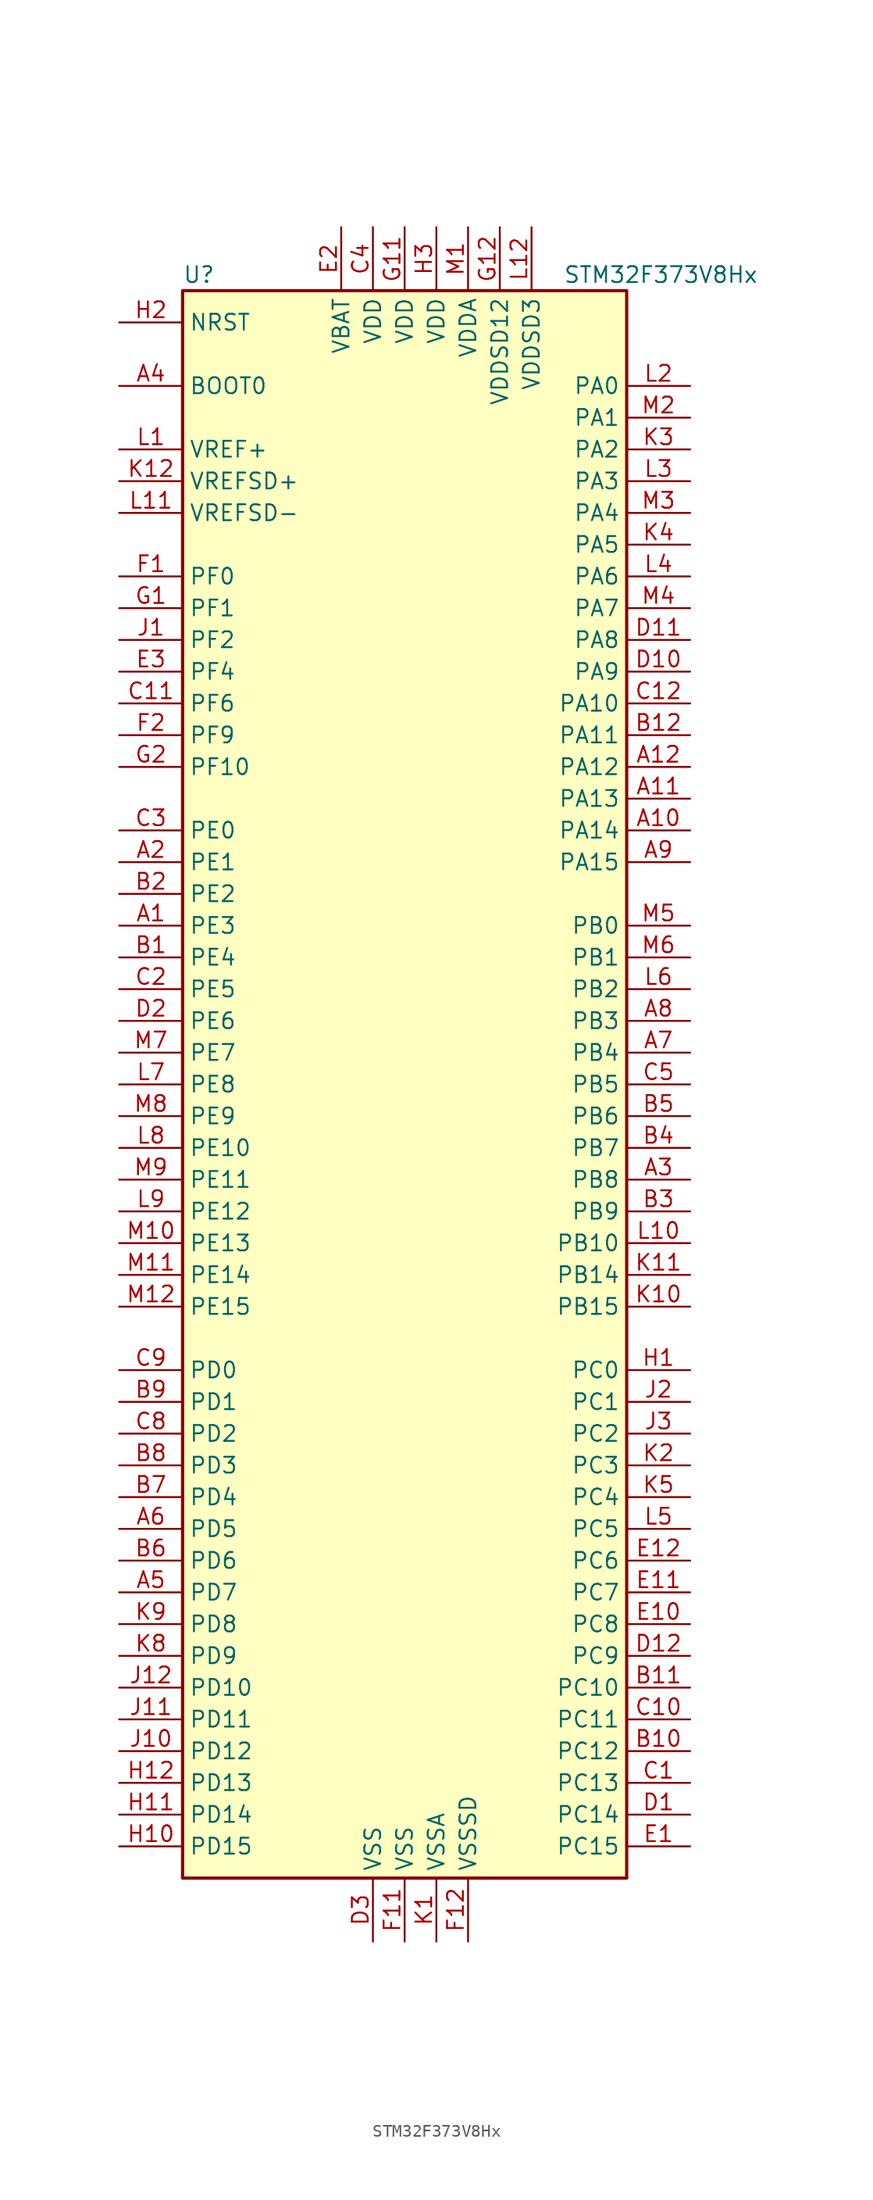
<source format=kicad_sym>
(kicad_symbol_lib
  (version 20201005)
  (generator kicad_symbol_editor)
  (symbol "MCU_ST_STM32F3:STM32F373V8Hx"
    (property "Reference" "U"
      (at -17.78 64.77 0)
      (effects (font (size 1.27 1.27)) (justify left)))
    (property "Value" "STM32F373V8Hx"
      (at 12.7 64.77 0)
      (effects (font (size 1.27 1.27)) (justify left)))
    (symbol "STM32F373V8Hx_0_1"
      (rectangle (start -17.78 -63.5) (end 17.78 63.5) (stroke (width 0.254)) (fill (type background))))
    (symbol "STM32F373V8Hx_1_1"
      (pin input line (at -22.86 55.88 0) (length 5.08) (name "BOOT0" (effects (font (size 1.27 1.27)))) (number "A4" (effects (font (size 1.27 1.27)))))
      (pin input line (at -22.86 60.96 0) (length 5.08) (name "NRST" (effects (font (size 1.27 1.27)))) (number "H2" (effects (font (size 1.27 1.27)))))
      (pin bidirectional line (at 22.86 55.88 180) (length 5.08) (name "PA0" (effects (font (size 1.27 1.27)))) (number "L2" (effects (font (size 1.27 1.27)))))
      (pin bidirectional line (at 22.86 53.34 180) (length 5.08) (name "PA1" (effects (font (size 1.27 1.27)))) (number "M2" (effects (font (size 1.27 1.27)))))
      (pin bidirectional line (at 22.86 30.48 180) (length 5.08) (name "PA10" (effects (font (size 1.27 1.27)))) (number "C12" (effects (font (size 1.27 1.27)))))
      (pin bidirectional line (at 22.86 27.94 180) (length 5.08) (name "PA11" (effects (font (size 1.27 1.27)))) (number "B12" (effects (font (size 1.27 1.27)))))
      (pin bidirectional line (at 22.86 25.4 180) (length 5.08) (name "PA12" (effects (font (size 1.27 1.27)))) (number "A12" (effects (font (size 1.27 1.27)))))
      (pin bidirectional line (at 22.86 22.86 180) (length 5.08) (name "PA13" (effects (font (size 1.27 1.27)))) (number "A11" (effects (font (size 1.27 1.27)))))
      (pin bidirectional line (at 22.86 20.32 180) (length 5.08) (name "PA14" (effects (font (size 1.27 1.27)))) (number "A10" (effects (font (size 1.27 1.27)))))
      (pin bidirectional line (at 22.86 17.78 180) (length 5.08) (name "PA15" (effects (font (size 1.27 1.27)))) (number "A9" (effects (font (size 1.27 1.27)))))
      (pin bidirectional line (at 22.86 50.8 180) (length 5.08) (name "PA2" (effects (font (size 1.27 1.27)))) (number "K3" (effects (font (size 1.27 1.27)))))
      (pin bidirectional line (at 22.86 48.26 180) (length 5.08) (name "PA3" (effects (font (size 1.27 1.27)))) (number "L3" (effects (font (size 1.27 1.27)))))
      (pin bidirectional line (at 22.86 45.72 180) (length 5.08) (name "PA4" (effects (font (size 1.27 1.27)))) (number "M3" (effects (font (size 1.27 1.27)))))
      (pin bidirectional line (at 22.86 43.18 180) (length 5.08) (name "PA5" (effects (font (size 1.27 1.27)))) (number "K4" (effects (font (size 1.27 1.27)))))
      (pin bidirectional line (at 22.86 40.64 180) (length 5.08) (name "PA6" (effects (font (size 1.27 1.27)))) (number "L4" (effects (font (size 1.27 1.27)))))
      (pin bidirectional line (at 22.86 38.1 180) (length 5.08) (name "PA7" (effects (font (size 1.27 1.27)))) (number "M4" (effects (font (size 1.27 1.27)))))
      (pin bidirectional line (at 22.86 35.56 180) (length 5.08) (name "PA8" (effects (font (size 1.27 1.27)))) (number "D11" (effects (font (size 1.27 1.27)))))
      (pin bidirectional line (at 22.86 33.02 180) (length 5.08) (name "PA9" (effects (font (size 1.27 1.27)))) (number "D10" (effects (font (size 1.27 1.27)))))
      (pin bidirectional line (at 22.86 12.7 180) (length 5.08) (name "PB0" (effects (font (size 1.27 1.27)))) (number "M5" (effects (font (size 1.27 1.27)))))
      (pin bidirectional line (at 22.86 10.16 180) (length 5.08) (name "PB1" (effects (font (size 1.27 1.27)))) (number "M6" (effects (font (size 1.27 1.27)))))
      (pin bidirectional line (at 22.86 -12.7 180) (length 5.08) (name "PB10" (effects (font (size 1.27 1.27)))) (number "L10" (effects (font (size 1.27 1.27)))))
      (pin bidirectional line (at 22.86 -15.24 180) (length 5.08) (name "PB14" (effects (font (size 1.27 1.27)))) (number "K11" (effects (font (size 1.27 1.27)))))
      (pin bidirectional line (at 22.86 -17.78 180) (length 5.08) (name "PB15" (effects (font (size 1.27 1.27)))) (number "K10" (effects (font (size 1.27 1.27)))))
      (pin bidirectional line (at 22.86 7.62 180) (length 5.08) (name "PB2" (effects (font (size 1.27 1.27)))) (number "L6" (effects (font (size 1.27 1.27)))))
      (pin bidirectional line (at 22.86 5.08 180) (length 5.08) (name "PB3" (effects (font (size 1.27 1.27)))) (number "A8" (effects (font (size 1.27 1.27)))))
      (pin bidirectional line (at 22.86 2.54 180) (length 5.08) (name "PB4" (effects (font (size 1.27 1.27)))) (number "A7" (effects (font (size 1.27 1.27)))))
      (pin bidirectional line (at 22.86 0 180) (length 5.08) (name "PB5" (effects (font (size 1.27 1.27)))) (number "C5" (effects (font (size 1.27 1.27)))))
      (pin bidirectional line (at 22.86 -2.54 180) (length 5.08) (name "PB6" (effects (font (size 1.27 1.27)))) (number "B5" (effects (font (size 1.27 1.27)))))
      (pin bidirectional line (at 22.86 -5.08 180) (length 5.08) (name "PB7" (effects (font (size 1.27 1.27)))) (number "B4" (effects (font (size 1.27 1.27)))))
      (pin bidirectional line (at 22.86 -7.62 180) (length 5.08) (name "PB8" (effects (font (size 1.27 1.27)))) (number "A3" (effects (font (size 1.27 1.27)))))
      (pin bidirectional line (at 22.86 -10.16 180) (length 5.08) (name "PB9" (effects (font (size 1.27 1.27)))) (number "B3" (effects (font (size 1.27 1.27)))))
      (pin bidirectional line (at 22.86 -22.86 180) (length 5.08) (name "PC0" (effects (font (size 1.27 1.27)))) (number "H1" (effects (font (size 1.27 1.27)))))
      (pin bidirectional line (at 22.86 -25.4 180) (length 5.08) (name "PC1" (effects (font (size 1.27 1.27)))) (number "J2" (effects (font (size 1.27 1.27)))))
      (pin bidirectional line (at 22.86 -48.26 180) (length 5.08) (name "PC10" (effects (font (size 1.27 1.27)))) (number "B11" (effects (font (size 1.27 1.27)))))
      (pin bidirectional line (at 22.86 -50.8 180) (length 5.08) (name "PC11" (effects (font (size 1.27 1.27)))) (number "C10" (effects (font (size 1.27 1.27)))))
      (pin bidirectional line (at 22.86 -53.34 180) (length 5.08) (name "PC12" (effects (font (size 1.27 1.27)))) (number "B10" (effects (font (size 1.27 1.27)))))
      (pin bidirectional line (at 22.86 -55.88 180) (length 5.08) (name "PC13" (effects (font (size 1.27 1.27)))) (number "C1" (effects (font (size 1.27 1.27)))))
      (pin bidirectional line (at 22.86 -58.42 180) (length 5.08) (name "PC14" (effects (font (size 1.27 1.27)))) (number "D1" (effects (font (size 1.27 1.27)))))
      (pin bidirectional line (at 22.86 -60.96 180) (length 5.08) (name "PC15" (effects (font (size 1.27 1.27)))) (number "E1" (effects (font (size 1.27 1.27)))))
      (pin bidirectional line (at 22.86 -27.94 180) (length 5.08) (name "PC2" (effects (font (size 1.27 1.27)))) (number "J3" (effects (font (size 1.27 1.27)))))
      (pin bidirectional line (at 22.86 -30.48 180) (length 5.08) (name "PC3" (effects (font (size 1.27 1.27)))) (number "K2" (effects (font (size 1.27 1.27)))))
      (pin bidirectional line (at 22.86 -33.02 180) (length 5.08) (name "PC4" (effects (font (size 1.27 1.27)))) (number "K5" (effects (font (size 1.27 1.27)))))
      (pin bidirectional line (at 22.86 -35.56 180) (length 5.08) (name "PC5" (effects (font (size 1.27 1.27)))) (number "L5" (effects (font (size 1.27 1.27)))))
      (pin bidirectional line (at 22.86 -38.1 180) (length 5.08) (name "PC6" (effects (font (size 1.27 1.27)))) (number "E12" (effects (font (size 1.27 1.27)))))
      (pin bidirectional line (at 22.86 -40.64 180) (length 5.08) (name "PC7" (effects (font (size 1.27 1.27)))) (number "E11" (effects (font (size 1.27 1.27)))))
      (pin bidirectional line (at 22.86 -43.18 180) (length 5.08) (name "PC8" (effects (font (size 1.27 1.27)))) (number "E10" (effects (font (size 1.27 1.27)))))
      (pin bidirectional line (at 22.86 -45.72 180) (length 5.08) (name "PC9" (effects (font (size 1.27 1.27)))) (number "D12" (effects (font (size 1.27 1.27)))))
      (pin bidirectional line (at -22.86 -22.86 0) (length 5.08) (name "PD0" (effects (font (size 1.27 1.27)))) (number "C9" (effects (font (size 1.27 1.27)))))
      (pin bidirectional line (at -22.86 -25.4 0) (length 5.08) (name "PD1" (effects (font (size 1.27 1.27)))) (number "B9" (effects (font (size 1.27 1.27)))))
      (pin bidirectional line (at -22.86 -48.26 0) (length 5.08) (name "PD10" (effects (font (size 1.27 1.27)))) (number "J12" (effects (font (size 1.27 1.27)))))
      (pin bidirectional line (at -22.86 -50.8 0) (length 5.08) (name "PD11" (effects (font (size 1.27 1.27)))) (number "J11" (effects (font (size 1.27 1.27)))))
      (pin bidirectional line (at -22.86 -53.34 0) (length 5.08) (name "PD12" (effects (font (size 1.27 1.27)))) (number "J10" (effects (font (size 1.27 1.27)))))
      (pin bidirectional line (at -22.86 -55.88 0) (length 5.08) (name "PD13" (effects (font (size 1.27 1.27)))) (number "H12" (effects (font (size 1.27 1.27)))))
      (pin bidirectional line (at -22.86 -58.42 0) (length 5.08) (name "PD14" (effects (font (size 1.27 1.27)))) (number "H11" (effects (font (size 1.27 1.27)))))
      (pin bidirectional line (at -22.86 -60.96 0) (length 5.08) (name "PD15" (effects (font (size 1.27 1.27)))) (number "H10" (effects (font (size 1.27 1.27)))))
      (pin bidirectional line (at -22.86 -27.94 0) (length 5.08) (name "PD2" (effects (font (size 1.27 1.27)))) (number "C8" (effects (font (size 1.27 1.27)))))
      (pin bidirectional line (at -22.86 -30.48 0) (length 5.08) (name "PD3" (effects (font (size 1.27 1.27)))) (number "B8" (effects (font (size 1.27 1.27)))))
      (pin bidirectional line (at -22.86 -33.02 0) (length 5.08) (name "PD4" (effects (font (size 1.27 1.27)))) (number "B7" (effects (font (size 1.27 1.27)))))
      (pin bidirectional line (at -22.86 -35.56 0) (length 5.08) (name "PD5" (effects (font (size 1.27 1.27)))) (number "A6" (effects (font (size 1.27 1.27)))))
      (pin bidirectional line (at -22.86 -38.1 0) (length 5.08) (name "PD6" (effects (font (size 1.27 1.27)))) (number "B6" (effects (font (size 1.27 1.27)))))
      (pin bidirectional line (at -22.86 -40.64 0) (length 5.08) (name "PD7" (effects (font (size 1.27 1.27)))) (number "A5" (effects (font (size 1.27 1.27)))))
      (pin bidirectional line (at -22.86 -43.18 0) (length 5.08) (name "PD8" (effects (font (size 1.27 1.27)))) (number "K9" (effects (font (size 1.27 1.27)))))
      (pin bidirectional line (at -22.86 -45.72 0) (length 5.08) (name "PD9" (effects (font (size 1.27 1.27)))) (number "K8" (effects (font (size 1.27 1.27)))))
      (pin bidirectional line (at -22.86 20.32 0) (length 5.08) (name "PE0" (effects (font (size 1.27 1.27)))) (number "C3" (effects (font (size 1.27 1.27)))))
      (pin bidirectional line (at -22.86 17.78 0) (length 5.08) (name "PE1" (effects (font (size 1.27 1.27)))) (number "A2" (effects (font (size 1.27 1.27)))))
      (pin bidirectional line (at -22.86 -5.08 0) (length 5.08) (name "PE10" (effects (font (size 1.27 1.27)))) (number "L8" (effects (font (size 1.27 1.27)))))
      (pin bidirectional line (at -22.86 -7.62 0) (length 5.08) (name "PE11" (effects (font (size 1.27 1.27)))) (number "M9" (effects (font (size 1.27 1.27)))))
      (pin bidirectional line (at -22.86 -10.16 0) (length 5.08) (name "PE12" (effects (font (size 1.27 1.27)))) (number "L9" (effects (font (size 1.27 1.27)))))
      (pin bidirectional line (at -22.86 -12.7 0) (length 5.08) (name "PE13" (effects (font (size 1.27 1.27)))) (number "M10" (effects (font (size 1.27 1.27)))))
      (pin bidirectional line (at -22.86 -15.24 0) (length 5.08) (name "PE14" (effects (font (size 1.27 1.27)))) (number "M11" (effects (font (size 1.27 1.27)))))
      (pin bidirectional line (at -22.86 -17.78 0) (length 5.08) (name "PE15" (effects (font (size 1.27 1.27)))) (number "M12" (effects (font (size 1.27 1.27)))))
      (pin bidirectional line (at -22.86 15.24 0) (length 5.08) (name "PE2" (effects (font (size 1.27 1.27)))) (number "B2" (effects (font (size 1.27 1.27)))))
      (pin bidirectional line (at -22.86 12.7 0) (length 5.08) (name "PE3" (effects (font (size 1.27 1.27)))) (number "A1" (effects (font (size 1.27 1.27)))))
      (pin bidirectional line (at -22.86 10.16 0) (length 5.08) (name "PE4" (effects (font (size 1.27 1.27)))) (number "B1" (effects (font (size 1.27 1.27)))))
      (pin bidirectional line (at -22.86 7.62 0) (length 5.08) (name "PE5" (effects (font (size 1.27 1.27)))) (number "C2" (effects (font (size 1.27 1.27)))))
      (pin bidirectional line (at -22.86 5.08 0) (length 5.08) (name "PE6" (effects (font (size 1.27 1.27)))) (number "D2" (effects (font (size 1.27 1.27)))))
      (pin bidirectional line (at -22.86 2.54 0) (length 5.08) (name "PE7" (effects (font (size 1.27 1.27)))) (number "M7" (effects (font (size 1.27 1.27)))))
      (pin bidirectional line (at -22.86 0 0) (length 5.08) (name "PE8" (effects (font (size 1.27 1.27)))) (number "L7" (effects (font (size 1.27 1.27)))))
      (pin bidirectional line (at -22.86 -2.54 0) (length 5.08) (name "PE9" (effects (font (size 1.27 1.27)))) (number "M8" (effects (font (size 1.27 1.27)))))
      (pin input line (at -22.86 40.64 0) (length 5.08) (name "PF0" (effects (font (size 1.27 1.27)))) (number "F1" (effects (font (size 1.27 1.27)))))
      (pin input line (at -22.86 38.1 0) (length 5.08) (name "PF1" (effects (font (size 1.27 1.27)))) (number "G1" (effects (font (size 1.27 1.27)))))
      (pin bidirectional line (at -22.86 25.4 0) (length 5.08) (name "PF10" (effects (font (size 1.27 1.27)))) (number "G2" (effects (font (size 1.27 1.27)))))
      (pin bidirectional line (at -22.86 35.56 0) (length 5.08) (name "PF2" (effects (font (size 1.27 1.27)))) (number "J1" (effects (font (size 1.27 1.27)))))
      (pin bidirectional line (at -22.86 33.02 0) (length 5.08) (name "PF4" (effects (font (size 1.27 1.27)))) (number "E3" (effects (font (size 1.27 1.27)))))
      (pin bidirectional line (at -22.86 30.48 0) (length 5.08) (name "PF6" (effects (font (size 1.27 1.27)))) (number "C11" (effects (font (size 1.27 1.27)))))
      (pin bidirectional line (at -22.86 27.94 0) (length 5.08) (name "PF9" (effects (font (size 1.27 1.27)))) (number "F2" (effects (font (size 1.27 1.27)))))
      (pin power_in line (at -5.08 68.58 270) (length 5.08) (name "VBAT" (effects (font (size 1.27 1.27)))) (number "E2" (effects (font (size 1.27 1.27)))))
      (pin power_in line (at -2.54 68.58 270) (length 5.08) (name "VDD" (effects (font (size 1.27 1.27)))) (number "C4" (effects (font (size 1.27 1.27)))))
      (pin power_in line (at 0 68.58 270) (length 5.08) (name "VDD" (effects (font (size 1.27 1.27)))) (number "G11" (effects (font (size 1.27 1.27)))))
      (pin power_in line (at 2.54 68.58 270) (length 5.08) (name "VDD" (effects (font (size 1.27 1.27)))) (number "H3" (effects (font (size 1.27 1.27)))))
      (pin power_in line (at 5.08 68.58 270) (length 5.08) (name "VDDA" (effects (font (size 1.27 1.27)))) (number "M1" (effects (font (size 1.27 1.27)))))
      (pin power_in line (at 7.62 68.58 270) (length 5.08) (name "VDDSD12" (effects (font (size 1.27 1.27)))) (number "G12" (effects (font (size 1.27 1.27)))))
      (pin power_in line (at 10.16 68.58 270) (length 5.08) (name "VDDSD3" (effects (font (size 1.27 1.27)))) (number "L12" (effects (font (size 1.27 1.27)))))
      (pin power_in line (at -22.86 50.8 0) (length 5.08) (name "VREF+" (effects (font (size 1.27 1.27)))) (number "L1" (effects (font (size 1.27 1.27)))))
      (pin power_in line (at -22.86 48.26 0) (length 5.08) (name "VREFSD+" (effects (font (size 1.27 1.27)))) (number "K12" (effects (font (size 1.27 1.27)))))
      (pin power_in line (at -22.86 45.72 0) (length 5.08) (name "VREFSD-" (effects (font (size 1.27 1.27)))) (number "L11" (effects (font (size 1.27 1.27)))))
      (pin power_in line (at -2.54 -68.58 90) (length 5.08) (name "VSS" (effects (font (size 1.27 1.27)))) (number "D3" (effects (font (size 1.27 1.27)))))
      (pin power_in line (at 0 -68.58 90) (length 5.08) (name "VSS" (effects (font (size 1.27 1.27)))) (number "F11" (effects (font (size 1.27 1.27)))))
      (pin power_in line (at 2.54 -68.58 90) (length 5.08) (name "VSSA" (effects (font (size 1.27 1.27)))) (number "K1" (effects (font (size 1.27 1.27)))))
      (pin power_in line (at 5.08 -68.58 90) (length 5.08) (name "VSSSD" (effects (font (size 1.27 1.27)))) (number "F12" (effects (font (size 1.27 1.27))))))))
</source>
